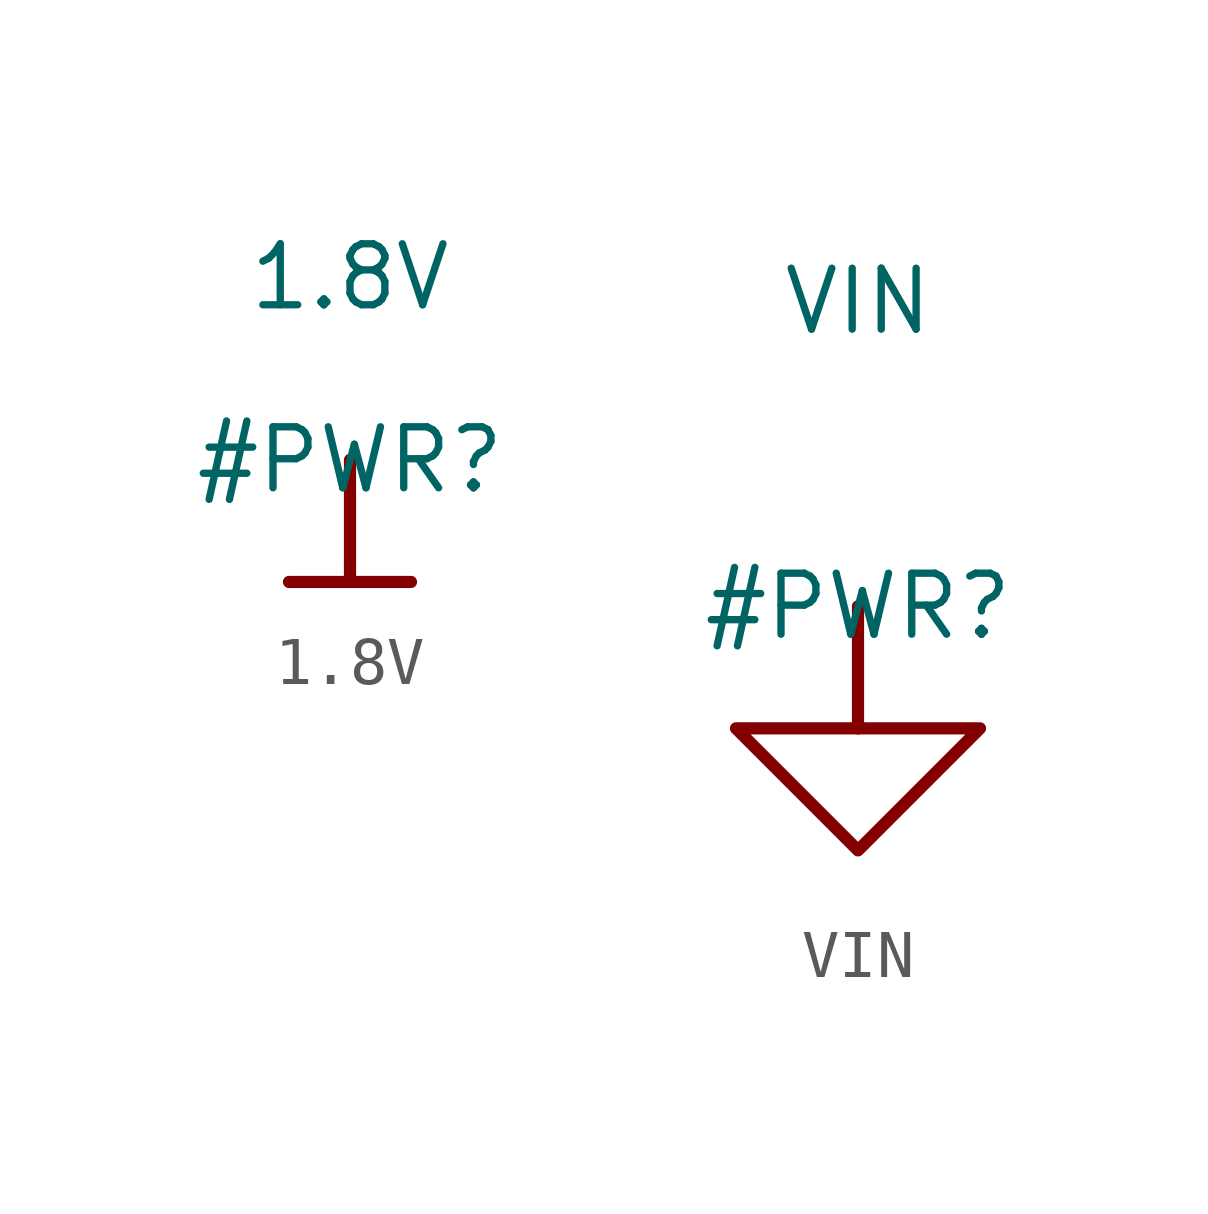
<source format=kicad_sym>
(kicad_symbol_lib
  (version 20220914)
  (generator kicad_symbol_editor)
  (symbol "1.8V"
    (power)
    (property "Reference" "#PWR"
      (at 0 0 0)
      (effects (font (size 1.27 1.27))))
    (property "Value" "1.8V"
      (at 0 3.81 0)
      (effects (font (size 1.27 1.27))))
    (symbol "1.8V_0_0"
      (polyline (pts (xy -1.27 -2.54) (xy 1.27 -2.54)) (stroke (width 0.254) (type solid)) (fill (type none)))
      (polyline (pts (xy 0 0) (xy 0 -2.54)) (stroke (width 0.254) (type solid)) (fill (type none)))
      (pin power_in line (at 0 0 0) (length 0) hide (name "1.8V" (effects (font (size 1.27 1.27)))) (number "" (effects (font (size 1.27 1.27)))))))
  (symbol "VIN"
    (power)
    (property "Reference" "#PWR"
      (at 0 0 0)
      (effects (font (size 1.27 1.27))))
    (property "Value" "VIN"
      (at 0 6.35 0)
      (effects (font (size 1.27 1.27))))
    (symbol "VIN_0_0"
      (polyline (pts (xy 0 0) (xy 0 -2.54)) (stroke (width 0.254) (type solid)) (fill (type none)))
      (polyline (pts (xy -2.54 -2.54) (xy 2.54 -2.54) (xy 0 -5.08) (xy -2.54 -2.54)) (stroke (width 0.254) (type solid)) (fill (type none)))
      (pin power_in line (at 0 0 0) (length 0) hide (name "VIN" (effects (font (size 1.27 1.27)))) (number "" (effects (font (size 1.27 1.27))))))))
</source>
